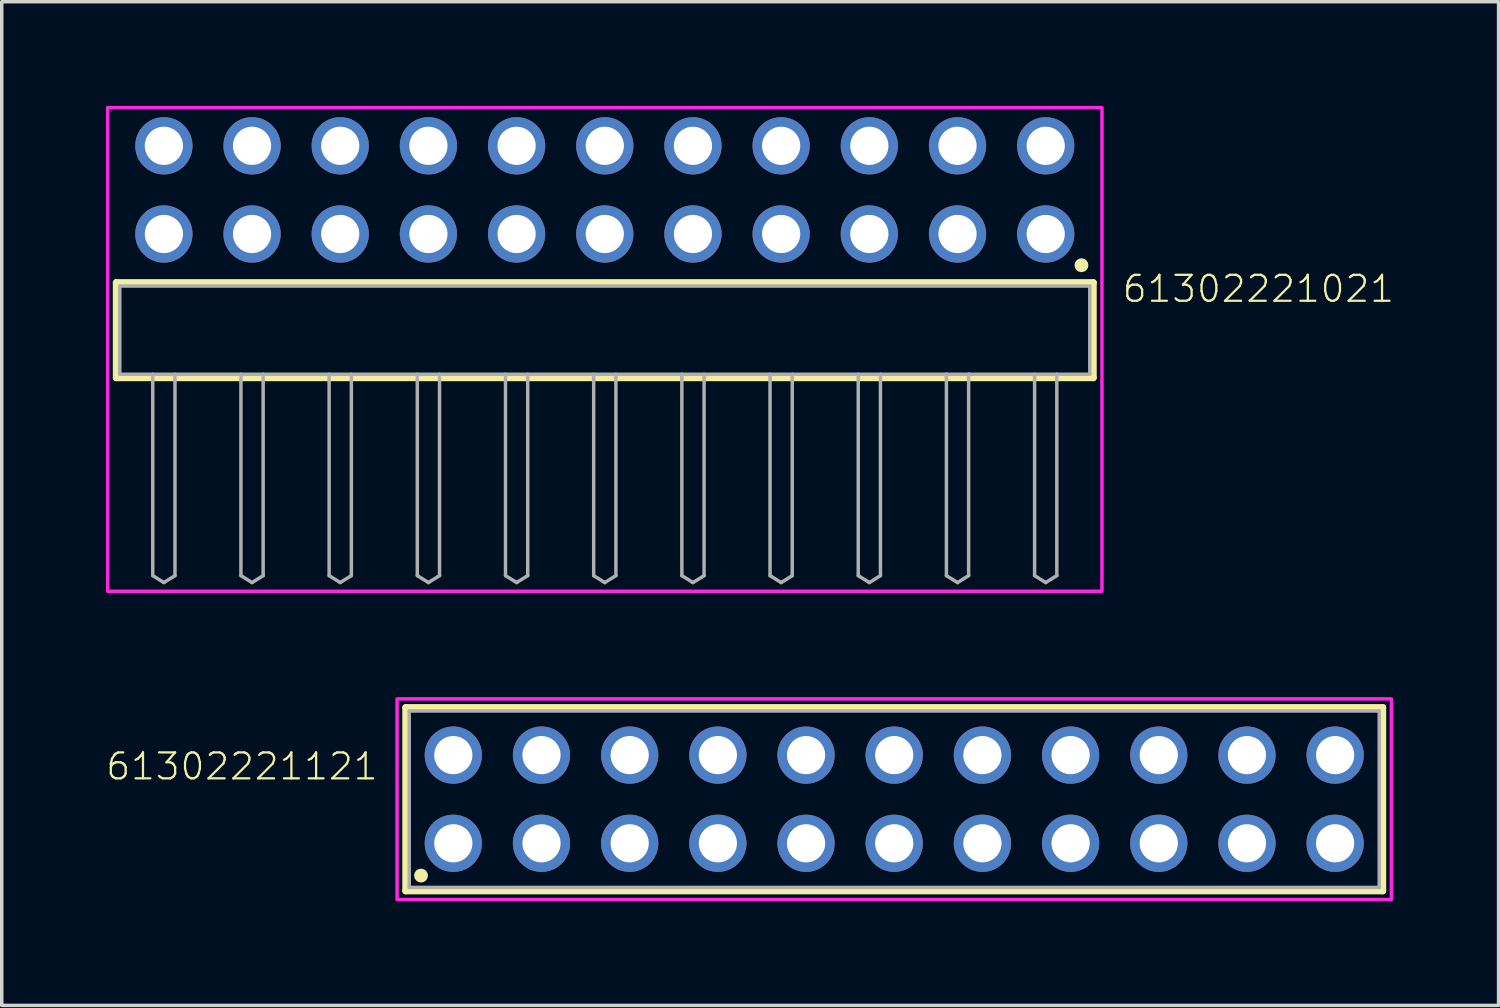
<source format=kicad_pcb>
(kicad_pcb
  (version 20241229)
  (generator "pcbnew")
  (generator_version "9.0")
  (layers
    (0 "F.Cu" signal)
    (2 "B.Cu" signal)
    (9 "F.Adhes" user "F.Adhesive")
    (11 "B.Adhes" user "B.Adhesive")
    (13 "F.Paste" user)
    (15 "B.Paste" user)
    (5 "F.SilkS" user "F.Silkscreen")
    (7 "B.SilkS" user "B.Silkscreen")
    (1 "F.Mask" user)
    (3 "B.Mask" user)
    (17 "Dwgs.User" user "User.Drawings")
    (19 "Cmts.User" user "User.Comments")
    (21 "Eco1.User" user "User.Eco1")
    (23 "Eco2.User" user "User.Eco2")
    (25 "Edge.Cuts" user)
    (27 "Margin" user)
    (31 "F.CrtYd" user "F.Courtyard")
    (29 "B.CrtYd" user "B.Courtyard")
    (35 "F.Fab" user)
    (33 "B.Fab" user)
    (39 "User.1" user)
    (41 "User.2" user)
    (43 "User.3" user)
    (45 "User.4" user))
  (footprint "61302221021"
    (layer "F.Cu")
    (at 14.37 6.46)
    (property "Reference" "61302221021" (at 14.865 -0.752 0) (unlocked yes) (layer "F.SilkS") (effects (font (size 0.748 0.748) (thickness 0.065)) (justify left bottom)))
    (fp_line (start -14.07 -1.37) (end 14.07 -1.37) (stroke (width 0.2) (type solid)) (layer "F.SilkS"))
    (fp_line (start -14.07 1.37) (end -14.07 -1.37) (stroke (width 0.2) (type solid)) (layer "F.SilkS"))
    (fp_line (start 14.07 -1.37) (end 14.07 1.37) (stroke (width 0.2) (type solid)) (layer "F.SilkS"))
    (fp_line (start 14.07 1.37) (end -14.07 1.37) (stroke (width 0.2) (type solid)) (layer "F.SilkS"))
    (fp_circle (center 13.73 -1.87) (end 13.83 -1.87) (stroke (width 0.2) (type solid)) (fill no) (layer "F.SilkS"))
    (fp_poly (pts (xy 14.32 7.52) (xy -14.32 7.52) (xy -14.32 -6.41) (xy 14.32 -6.41)) (stroke (width 0.1) (type default)) (fill no) (layer "F.CrtYd"))
    (fp_line (start -13.97 -1.27) (end 13.97 -1.27) (stroke (width 0.1) (type solid)) (layer "F.Fab"))
    (fp_line (start -13.97 1.27) (end -13.97 -1.27) (stroke (width 0.1) (type solid)) (layer "F.Fab"))
    (fp_line (start -13.02 1.27) (end -13.02 7.07) (stroke (width 0.1) (type solid)) (layer "F.Fab"))
    (fp_line (start -13.02 7.07) (end -12.7 7.27) (stroke (width 0.1) (type solid)) (layer "F.Fab"))
    (fp_line (start -12.7 7.27) (end -12.38 7.07) (stroke (width 0.1) (type solid)) (layer "F.Fab"))
    (fp_line (start -12.38 1.27) (end -12.38 7.07) (stroke (width 0.1) (type solid)) (layer "F.Fab"))
    (fp_line (start -10.48 1.27) (end -10.48 7.07) (stroke (width 0.1) (type solid)) (layer "F.Fab"))
    (fp_line (start -10.48 7.07) (end -10.16 7.27) (stroke (width 0.1) (type solid)) (layer "F.Fab"))
    (fp_line (start -10.16 7.27) (end -9.84 7.07) (stroke (width 0.1) (type solid)) (layer "F.Fab"))
    (fp_line (start -9.84 1.27) (end -9.84 7.07) (stroke (width 0.1) (type solid)) (layer "F.Fab"))
    (fp_line (start -7.94 1.27) (end -7.94 7.07) (stroke (width 0.1) (type solid)) (layer "F.Fab"))
    (fp_line (start -7.94 7.07) (end -7.62 7.27) (stroke (width 0.1) (type solid)) (layer "F.Fab"))
    (fp_line (start -7.62 7.27) (end -7.3 7.07) (stroke (width 0.1) (type solid)) (layer "F.Fab"))
    (fp_line (start -7.3 1.27) (end -7.3 7.07) (stroke (width 0.1) (type solid)) (layer "F.Fab"))
    (fp_line (start -5.4 1.27) (end -5.4 7.07) (stroke (width 0.1) (type solid)) (layer "F.Fab"))
    (fp_line (start -5.4 7.07) (end -5.08 7.27) (stroke (width 0.1) (type solid)) (layer "F.Fab"))
    (fp_line (start -5.08 7.27) (end -4.76 7.07) (stroke (width 0.1) (type solid)) (layer "F.Fab"))
    (fp_line (start -4.76 1.27) (end -4.76 7.07) (stroke (width 0.1) (type solid)) (layer "F.Fab"))
    (fp_line (start -2.86 1.27) (end -2.86 7.07) (stroke (width 0.1) (type solid)) (layer "F.Fab"))
    (fp_line (start -2.86 7.07) (end -2.54 7.27) (stroke (width 0.1) (type solid)) (layer "F.Fab"))
    (fp_line (start -2.54 7.27) (end -2.22 7.07) (stroke (width 0.1) (type solid)) (layer "F.Fab"))
    (fp_line (start -2.22 1.27) (end -2.22 7.07) (stroke (width 0.1) (type solid)) (layer "F.Fab"))
    (fp_line (start -0.32 1.27) (end -0.32 7.07) (stroke (width 0.1) (type solid)) (layer "F.Fab"))
    (fp_line (start -0.32 7.07) (end 0 7.27) (stroke (width 0.1) (type solid)) (layer "F.Fab"))
    (fp_line (start 0 7.27) (end 0.32 7.07) (stroke (width 0.1) (type solid)) (layer "F.Fab"))
    (fp_line (start 0.32 1.27) (end 0.32 7.07) (stroke (width 0.1) (type solid)) (layer "F.Fab"))
    (fp_line (start 2.22 1.27) (end 2.22 7.07) (stroke (width 0.1) (type solid)) (layer "F.Fab"))
    (fp_line (start 2.22 7.07) (end 2.54 7.27) (stroke (width 0.1) (type solid)) (layer "F.Fab"))
    (fp_line (start 2.54 7.27) (end 2.86 7.07) (stroke (width 0.1) (type solid)) (layer "F.Fab"))
    (fp_line (start 2.86 1.27) (end 2.86 7.07) (stroke (width 0.1) (type solid)) (layer "F.Fab"))
    (fp_line (start 4.76 1.27) (end 4.76 7.07) (stroke (width 0.1) (type solid)) (layer "F.Fab"))
    (fp_line (start 4.76 7.07) (end 5.08 7.27) (stroke (width 0.1) (type solid)) (layer "F.Fab"))
    (fp_line (start 5.08 7.27) (end 5.4 7.07) (stroke (width 0.1) (type solid)) (layer "F.Fab"))
    (fp_line (start 5.4 1.27) (end 5.4 7.07) (stroke (width 0.1) (type solid)) (layer "F.Fab"))
    (fp_line (start 7.3 1.27) (end 7.3 7.07) (stroke (width 0.1) (type solid)) (layer "F.Fab"))
    (fp_line (start 7.3 7.07) (end 7.62 7.27) (stroke (width 0.1) (type solid)) (layer "F.Fab"))
    (fp_line (start 7.62 7.27) (end 7.94 7.07) (stroke (width 0.1) (type solid)) (layer "F.Fab"))
    (fp_line (start 7.94 1.27) (end 7.94 7.07) (stroke (width 0.1) (type solid)) (layer "F.Fab"))
    (fp_line (start 9.84 1.27) (end -13.97 1.27) (stroke (width 0.1) (type solid)) (layer "F.Fab"))
    (fp_line (start 9.84 1.27) (end 9.84 7.07) (stroke (width 0.1) (type solid)) (layer "F.Fab"))
    (fp_line (start 9.84 7.07) (end 10.16 7.27) (stroke (width 0.1) (type solid)) (layer "F.Fab"))
    (fp_line (start 10.16 7.27) (end 10.48 7.07) (stroke (width 0.1) (type solid)) (layer "F.Fab"))
    (fp_line (start 10.48 1.27) (end 9.84 1.27) (stroke (width 0.1) (type solid)) (layer "F.Fab"))
    (fp_line (start 10.48 1.27) (end 10.48 7.07) (stroke (width 0.1) (type solid)) (layer "F.Fab"))
    (fp_line (start 12.38 1.27) (end 12.38 7.07) (stroke (width 0.1) (type solid)) (layer "F.Fab"))
    (fp_line (start 12.38 7.07) (end 12.7 7.27) (stroke (width 0.1) (type solid)) (layer "F.Fab"))
    (fp_line (start 12.7 7.27) (end 13.02 7.07) (stroke (width 0.1) (type solid)) (layer "F.Fab"))
    (fp_line (start 13.02 1.27) (end 13.02 7.07) (stroke (width 0.1) (type solid)) (layer "F.Fab"))
    (fp_line (start 13.97 -1.27) (end 13.97 1.27) (stroke (width 0.1) (type solid)) (layer "F.Fab"))
    (fp_line (start 13.97 1.27) (end 10.48 1.27) (stroke (width 0.1) (type solid)) (layer "F.Fab"))
    (pad "1" thru_hole circle (at 12.7 -2.77) (size 1.65 1.65) (drill 1.1) (layers "*.Cu" "*.Mask"))
    (pad "2" thru_hole circle (at 12.7 -5.31) (size 1.65 1.65) (drill 1.1) (layers "*.Cu" "*.Mask"))
    (pad "3" thru_hole circle (at 10.16 -2.77) (size 1.65 1.65) (drill 1.1) (layers "*.Cu" "*.Mask"))
    (pad "4" thru_hole circle (at 10.16 -5.31) (size 1.65 1.65) (drill 1.1) (layers "*.Cu" "*.Mask"))
    (pad "5" thru_hole circle (at 7.62 -2.77) (size 1.65 1.65) (drill 1.1) (layers "*.Cu" "*.Mask"))
    (pad "6" thru_hole circle (at 7.62 -5.31) (size 1.65 1.65) (drill 1.1) (layers "*.Cu" "*.Mask"))
    (pad "7" thru_hole circle (at 5.08 -2.77) (size 1.65 1.65) (drill 1.1) (layers "*.Cu" "*.Mask"))
    (pad "8" thru_hole circle (at 5.08 -5.31) (size 1.65 1.65) (drill 1.1) (layers "*.Cu" "*.Mask"))
    (pad "9" thru_hole circle (at 2.54 -2.77) (size 1.65 1.65) (drill 1.1) (layers "*.Cu" "*.Mask"))
    (pad "10" thru_hole circle (at 2.54 -5.31) (size 1.65 1.65) (drill 1.1) (layers "*.Cu" "*.Mask"))
    (pad "11" thru_hole circle (at 0 -2.77) (size 1.65 1.65) (drill 1.1) (layers "*.Cu" "*.Mask"))
    (pad "12" thru_hole circle (at 0 -5.31) (size 1.65 1.65) (drill 1.1) (layers "*.Cu" "*.Mask"))
    (pad "13" thru_hole circle (at -2.54 -2.77) (size 1.65 1.65) (drill 1.1) (layers "*.Cu" "*.Mask"))
    (pad "14" thru_hole circle (at -2.54 -5.31) (size 1.65 1.65) (drill 1.1) (layers "*.Cu" "*.Mask"))
    (pad "15" thru_hole circle (at -5.08 -2.77) (size 1.65 1.65) (drill 1.1) (layers "*.Cu" "*.Mask"))
    (pad "16" thru_hole circle (at -5.08 -5.31) (size 1.65 1.65) (drill 1.1) (layers "*.Cu" "*.Mask"))
    (pad "17" thru_hole circle (at -7.62 -2.77) (size 1.65 1.65) (drill 1.1) (layers "*.Cu" "*.Mask"))
    (pad "18" thru_hole circle (at -7.62 -5.31) (size 1.65 1.65) (drill 1.1) (layers "*.Cu" "*.Mask"))
    (pad "19" thru_hole circle (at -10.16 -2.77) (size 1.65 1.65) (drill 1.1) (layers "*.Cu" "*.Mask"))
    (pad "20" thru_hole circle (at -10.16 -5.31) (size 1.65 1.65) (drill 1.1) (layers "*.Cu" "*.Mask"))
    (pad "21" thru_hole circle (at -12.7 -2.77) (size 1.65 1.65) (drill 1.1) (layers "*.Cu" "*.Mask"))
    (pad "22" thru_hole circle (at -12.7 -5.31) (size 1.65 1.65) (drill 1.1) (layers "*.Cu" "*.Mask")))
  (footprint "61302221121"
    (layer "F.Cu")
    (at 22.707 19.97)
    (property "Reference" "61302221121" (at -14.828 -0.506 0) (unlocked yes) (layer "F.SilkS") (effects (font (size 0.748 0.748) (thickness 0.065)) (justify right bottom)))
    (fp_line (start -14.07 -2.64) (end 14.07 -2.64) (stroke (width 0.2) (type solid)) (layer "F.SilkS"))
    (fp_line (start -14.07 2.64) (end -14.07 -2.64) (stroke (width 0.2) (type solid)) (layer "F.SilkS"))
    (fp_line (start 14.07 -2.64) (end 14.07 2.64) (stroke (width 0.2) (type solid)) (layer "F.SilkS"))
    (fp_line (start 14.07 2.64) (end -14.07 2.64) (stroke (width 0.2) (type solid)) (layer "F.SilkS"))
    (fp_circle (center -13.63 2.2) (end -13.53 2.2) (stroke (width 0.2) (type solid)) (fill no) (layer "F.SilkS"))
    (fp_poly (pts (xy 14.32 2.89) (xy -14.32 2.89) (xy -14.32 -2.89) (xy 14.32 -2.89)) (stroke (width 0.1) (type default)) (fill no) (layer "F.CrtYd"))
    (fp_line (start -13.97 -2.54) (end 13.97 -2.54) (stroke (width 0.1) (type solid)) (layer "F.Fab"))
    (fp_line (start -13.97 2.54) (end -13.97 -2.54) (stroke (width 0.1) (type solid)) (layer "F.Fab"))
    (fp_line (start 13.97 -2.54) (end 13.97 2.54) (stroke (width 0.1) (type solid)) (layer "F.Fab"))
    (fp_line (start 13.97 2.54) (end -13.97 2.54) (stroke (width 0.1) (type solid)) (layer "F.Fab"))
    (pad "1" thru_hole circle (at -12.7 1.27 90) (size 1.65 1.65) (drill 1.1) (layers "*.Cu" "*.Mask"))
    (pad "2" thru_hole circle (at -12.7 -1.27 270) (size 1.65 1.65) (drill 1.1) (layers "*.Cu" "*.Mask"))
    (pad "3" thru_hole circle (at -10.16 1.27 90) (size 1.65 1.65) (drill 1.1) (layers "*.Cu" "*.Mask"))
    (pad "4" thru_hole circle (at -10.16 -1.27 270) (size 1.65 1.65) (drill 1.1) (layers "*.Cu" "*.Mask"))
    (pad "5" thru_hole circle (at -7.62 1.27 90) (size 1.65 1.65) (drill 1.1) (layers "*.Cu" "*.Mask"))
    (pad "6" thru_hole circle (at -7.62 -1.27 270) (size 1.65 1.65) (drill 1.1) (layers "*.Cu" "*.Mask"))
    (pad "7" thru_hole circle (at -5.08 1.27 90) (size 1.65 1.65) (drill 1.1) (layers "*.Cu" "*.Mask"))
    (pad "8" thru_hole circle (at -5.08 -1.27 270) (size 1.65 1.65) (drill 1.1) (layers "*.Cu" "*.Mask"))
    (pad "9" thru_hole circle (at -2.54 1.27 90) (size 1.65 1.65) (drill 1.1) (layers "*.Cu" "*.Mask"))
    (pad "10" thru_hole circle (at -2.54 -1.27 270) (size 1.65 1.65) (drill 1.1) (layers "*.Cu" "*.Mask"))
    (pad "11" thru_hole circle (at 0 1.27 90) (size 1.65 1.65) (drill 1.1) (layers "*.Cu" "*.Mask"))
    (pad "12" thru_hole circle (at 0 -1.27 270) (size 1.65 1.65) (drill 1.1) (layers "*.Cu" "*.Mask"))
    (pad "13" thru_hole circle (at 2.54 1.27 90) (size 1.65 1.65) (drill 1.1) (layers "*.Cu" "*.Mask"))
    (pad "14" thru_hole circle (at 2.54 -1.27 270) (size 1.65 1.65) (drill 1.1) (layers "*.Cu" "*.Mask"))
    (pad "15" thru_hole circle (at 5.08 1.27 90) (size 1.65 1.65) (drill 1.1) (layers "*.Cu" "*.Mask"))
    (pad "16" thru_hole circle (at 5.08 -1.27 270) (size 1.65 1.65) (drill 1.1) (layers "*.Cu" "*.Mask"))
    (pad "17" thru_hole circle (at 7.62 1.27 90) (size 1.65 1.65) (drill 1.1) (layers "*.Cu" "*.Mask"))
    (pad "18" thru_hole circle (at 7.62 -1.27 270) (size 1.65 1.65) (drill 1.1) (layers "*.Cu" "*.Mask"))
    (pad "19" thru_hole circle (at 10.16 1.27 90) (size 1.65 1.65) (drill 1.1) (layers "*.Cu" "*.Mask"))
    (pad "20" thru_hole circle (at 10.16 -1.27 270) (size 1.65 1.65) (drill 1.1) (layers "*.Cu" "*.Mask"))
    (pad "21" thru_hole circle (at 12.7 1.27 90) (size 1.65 1.65) (drill 1.1) (layers "*.Cu" "*.Mask"))
    (pad "22" thru_hole circle (at 12.7 -1.27 270) (size 1.65 1.65) (drill 1.1) (layers "*.Cu" "*.Mask")))
  (gr_rect
    (start -3 -3)
    (end 40.114 25.91)
    (stroke (width 0.1) (type default))
    (fill no)
    (layer "Edge.Cuts")))
</source>
